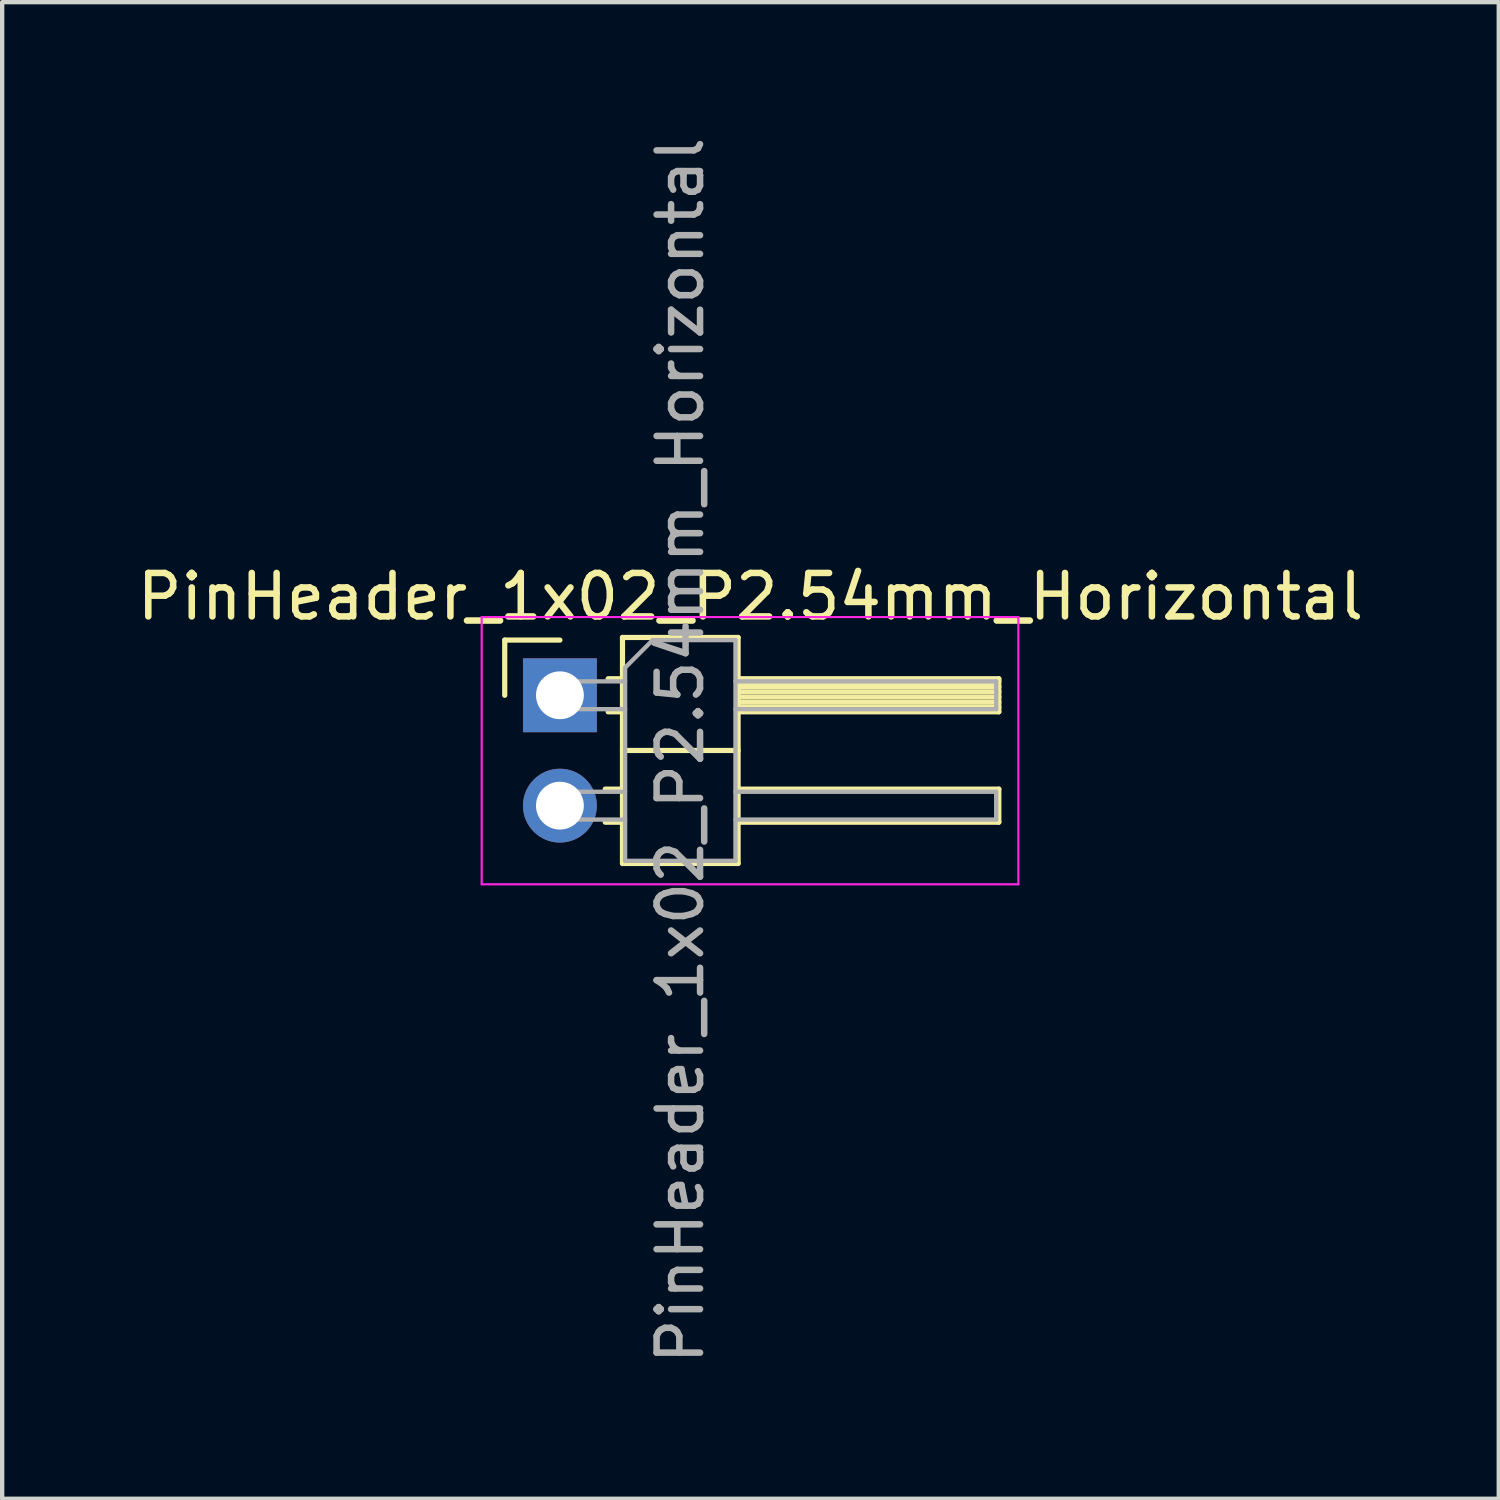
<source format=kicad_pcb>
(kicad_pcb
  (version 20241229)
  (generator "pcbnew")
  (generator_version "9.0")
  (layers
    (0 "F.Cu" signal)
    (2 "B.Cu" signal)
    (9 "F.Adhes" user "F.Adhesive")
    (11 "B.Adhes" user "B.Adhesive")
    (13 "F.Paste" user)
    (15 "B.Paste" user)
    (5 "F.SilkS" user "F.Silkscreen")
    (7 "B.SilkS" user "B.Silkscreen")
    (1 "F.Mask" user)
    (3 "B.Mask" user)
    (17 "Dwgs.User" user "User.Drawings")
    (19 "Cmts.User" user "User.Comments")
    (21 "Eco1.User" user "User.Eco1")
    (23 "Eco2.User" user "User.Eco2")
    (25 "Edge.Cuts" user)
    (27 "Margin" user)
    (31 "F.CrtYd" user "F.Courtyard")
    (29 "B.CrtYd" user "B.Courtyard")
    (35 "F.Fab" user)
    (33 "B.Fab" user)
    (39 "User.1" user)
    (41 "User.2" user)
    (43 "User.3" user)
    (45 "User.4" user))
  (footprint "PinHeader_1x02_P2.54mm_Horizontal"
    (layer "F.Cu")
    (at 9.835 12.95)
    (property "Reference" "PinHeader_1x02_P2.54mm_Horizontal" (at 4.385 -2.27 0) (layer "F.SilkS") (effects (font (size 1 1) (thickness 0.15))))
    (attr through_hole)
    (fp_line (start -1.27 -1.27) (end 0 -1.27) (stroke (width 0.12) (type solid)) (layer "F.SilkS"))
    (fp_line (start -1.27 0) (end -1.27 -1.27) (stroke (width 0.12) (type solid)) (layer "F.SilkS"))
    (fp_line (start 1.043 2.16) (end 1.44 2.16) (stroke (width 0.12) (type solid)) (layer "F.SilkS"))
    (fp_line (start 1.043 2.92) (end 1.44 2.92) (stroke (width 0.12) (type solid)) (layer "F.SilkS"))
    (fp_line (start 1.11 -0.38) (end 1.44 -0.38) (stroke (width 0.12) (type solid)) (layer "F.SilkS"))
    (fp_line (start 1.11 0.38) (end 1.44 0.38) (stroke (width 0.12) (type solid)) (layer "F.SilkS"))
    (fp_line (start 1.44 -1.33) (end 1.44 3.87) (stroke (width 0.12) (type solid)) (layer "F.SilkS"))
    (fp_line (start 1.44 1.27) (end 4.1 1.27) (stroke (width 0.12) (type solid)) (layer "F.SilkS"))
    (fp_line (start 1.44 3.87) (end 4.1 3.87) (stroke (width 0.12) (type solid)) (layer "F.SilkS"))
    (fp_line (start 4.1 -1.33) (end 1.44 -1.33) (stroke (width 0.12) (type solid)) (layer "F.SilkS"))
    (fp_line (start 4.1 -0.38) (end 10.1 -0.38) (stroke (width 0.12) (type solid)) (layer "F.SilkS"))
    (fp_line (start 4.1 -0.32) (end 10.1 -0.32) (stroke (width 0.12) (type solid)) (layer "F.SilkS"))
    (fp_line (start 4.1 -0.2) (end 10.1 -0.2) (stroke (width 0.12) (type solid)) (layer "F.SilkS"))
    (fp_line (start 4.1 -0.08) (end 10.1 -0.08) (stroke (width 0.12) (type solid)) (layer "F.SilkS"))
    (fp_line (start 4.1 0.04) (end 10.1 0.04) (stroke (width 0.12) (type solid)) (layer "F.SilkS"))
    (fp_line (start 4.1 0.16) (end 10.1 0.16) (stroke (width 0.12) (type solid)) (layer "F.SilkS"))
    (fp_line (start 4.1 0.28) (end 10.1 0.28) (stroke (width 0.12) (type solid)) (layer "F.SilkS"))
    (fp_line (start 4.1 2.16) (end 10.1 2.16) (stroke (width 0.12) (type solid)) (layer "F.SilkS"))
    (fp_line (start 4.1 3.87) (end 4.1 -1.33) (stroke (width 0.12) (type solid)) (layer "F.SilkS"))
    (fp_line (start 10.1 -0.38) (end 10.1 0.38) (stroke (width 0.12) (type solid)) (layer "F.SilkS"))
    (fp_line (start 10.1 0.38) (end 4.1 0.38) (stroke (width 0.12) (type solid)) (layer "F.SilkS"))
    (fp_line (start 10.1 2.16) (end 10.1 2.92) (stroke (width 0.12) (type solid)) (layer "F.SilkS"))
    (fp_line (start 10.1 2.92) (end 4.1 2.92) (stroke (width 0.12) (type solid)) (layer "F.SilkS"))
    (fp_line (start -1.8 -1.8) (end -1.8 4.35) (stroke (width 0.05) (type solid)) (layer "F.CrtYd"))
    (fp_line (start -1.8 4.35) (end 10.55 4.35) (stroke (width 0.05) (type solid)) (layer "F.CrtYd"))
    (fp_line (start 10.55 -1.8) (end -1.8 -1.8) (stroke (width 0.05) (type solid)) (layer "F.CrtYd"))
    (fp_line (start 10.55 4.35) (end 10.55 -1.8) (stroke (width 0.05) (type solid)) (layer "F.CrtYd"))
    (fp_line (start -0.32 -0.32) (end -0.32 0.32) (stroke (width 0.1) (type solid)) (layer "F.Fab"))
    (fp_line (start -0.32 -0.32) (end 1.5 -0.32) (stroke (width 0.1) (type solid)) (layer "F.Fab"))
    (fp_line (start -0.32 0.32) (end 1.5 0.32) (stroke (width 0.1) (type solid)) (layer "F.Fab"))
    (fp_line (start -0.32 2.22) (end -0.32 2.86) (stroke (width 0.1) (type solid)) (layer "F.Fab"))
    (fp_line (start -0.32 2.22) (end 1.5 2.22) (stroke (width 0.1) (type solid)) (layer "F.Fab"))
    (fp_line (start -0.32 2.86) (end 1.5 2.86) (stroke (width 0.1) (type solid)) (layer "F.Fab"))
    (fp_line (start 1.5 -0.635) (end 2.135 -1.27) (stroke (width 0.1) (type solid)) (layer "F.Fab"))
    (fp_line (start 1.5 3.81) (end 1.5 -0.635) (stroke (width 0.1) (type solid)) (layer "F.Fab"))
    (fp_line (start 2.135 -1.27) (end 4.04 -1.27) (stroke (width 0.1) (type solid)) (layer "F.Fab"))
    (fp_line (start 4.04 -1.27) (end 4.04 3.81) (stroke (width 0.1) (type solid)) (layer "F.Fab"))
    (fp_line (start 4.04 -0.32) (end 10.04 -0.32) (stroke (width 0.1) (type solid)) (layer "F.Fab"))
    (fp_line (start 4.04 0.32) (end 10.04 0.32) (stroke (width 0.1) (type solid)) (layer "F.Fab"))
    (fp_line (start 4.04 2.22) (end 10.04 2.22) (stroke (width 0.1) (type solid)) (layer "F.Fab"))
    (fp_line (start 4.04 2.86) (end 10.04 2.86) (stroke (width 0.1) (type solid)) (layer "F.Fab"))
    (fp_line (start 4.04 3.81) (end 1.5 3.81) (stroke (width 0.1) (type solid)) (layer "F.Fab"))
    (fp_line (start 10.04 -0.32) (end 10.04 0.32) (stroke (width 0.1) (type solid)) (layer "F.Fab"))
    (fp_line (start 10.04 2.22) (end 10.04 2.86) (stroke (width 0.1) (type solid)) (layer "F.Fab"))
    (fp_text user "${REFERENCE}" (at 2.77 1.27 90) (layer "F.Fab") (effects (font (size 1 1) (thickness 0.15))))
    (pad "1" thru_hole rect (at 0 0) (size 1.7 1.7) (drill 1.1) (layers "*.Cu" "*.Mask"))
    (pad "2" thru_hole oval (at 0 2.54) (size 1.7 1.7) (drill 1.1) (layers "*.Cu" "*.Mask")))
  (gr_rect
    (start -3 -3)
    (end 31.44 31.44)
    (stroke (width 0.1) (type default))
    (fill no)
    (layer "Edge.Cuts")))
</source>
